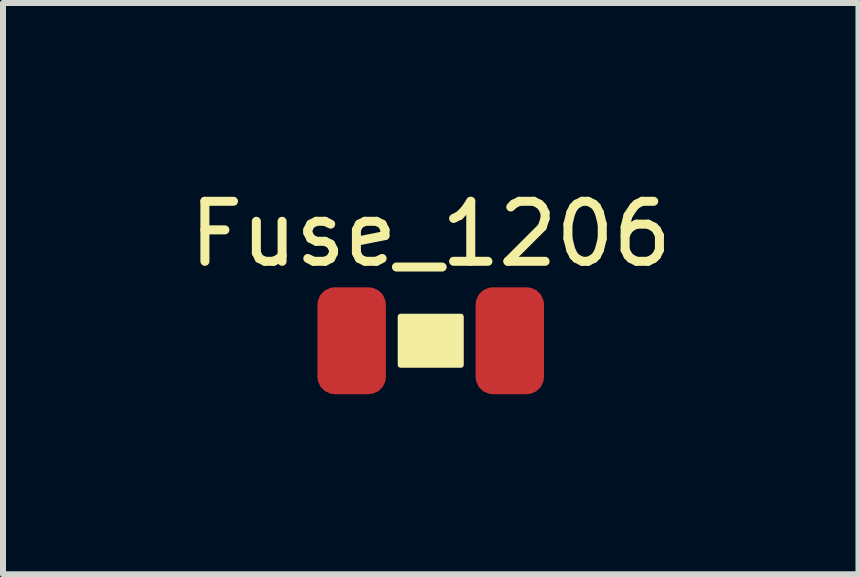
<source format=kicad_pcb>
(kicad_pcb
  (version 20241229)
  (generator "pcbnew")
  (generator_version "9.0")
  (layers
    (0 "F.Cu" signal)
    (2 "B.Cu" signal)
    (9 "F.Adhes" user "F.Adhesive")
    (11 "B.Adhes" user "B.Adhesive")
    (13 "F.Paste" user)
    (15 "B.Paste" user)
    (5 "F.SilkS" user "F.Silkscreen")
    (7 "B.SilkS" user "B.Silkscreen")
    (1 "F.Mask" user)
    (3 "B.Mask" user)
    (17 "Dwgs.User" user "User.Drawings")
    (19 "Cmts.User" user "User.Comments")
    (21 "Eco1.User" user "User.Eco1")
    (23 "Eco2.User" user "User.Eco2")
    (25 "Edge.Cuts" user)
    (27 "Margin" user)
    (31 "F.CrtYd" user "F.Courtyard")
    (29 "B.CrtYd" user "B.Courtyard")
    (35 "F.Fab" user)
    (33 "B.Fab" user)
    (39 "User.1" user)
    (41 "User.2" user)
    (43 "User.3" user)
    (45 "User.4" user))
  (footprint "Fuse_1206"
    (layer "F.Cu")
    (at 4.125 2.626)
    (property "Reference" "Fuse_1206" (at 0 -1.778 0) (unlocked yes) (layer "F.SilkS") (effects (font (size 1 1) (thickness 0.15))))
    (attr smd)
    (fp_rect (start -0.5 -0.4) (end 0.5 0.4) (stroke (width 0.1) (type solid)) (fill yes) (layer "F.SilkS"))
    (pad "1" smd roundrect (at -1.317 0) (size 1.14 1.78) (layers "F.Cu" "F.Mask" "F.Paste") (roundrect_rratio 0.25))
    (pad "2" smd roundrect (at 1.317 0) (size 1.14 1.78) (layers "F.Cu" "F.Mask" "F.Paste") (roundrect_rratio 0.25)))
  (gr_rect
    (start -3 -3)
    (end 11.25 6.516)
    (stroke (width 0.1) (type default))
    (fill no)
    (layer "Edge.Cuts")))
</source>
